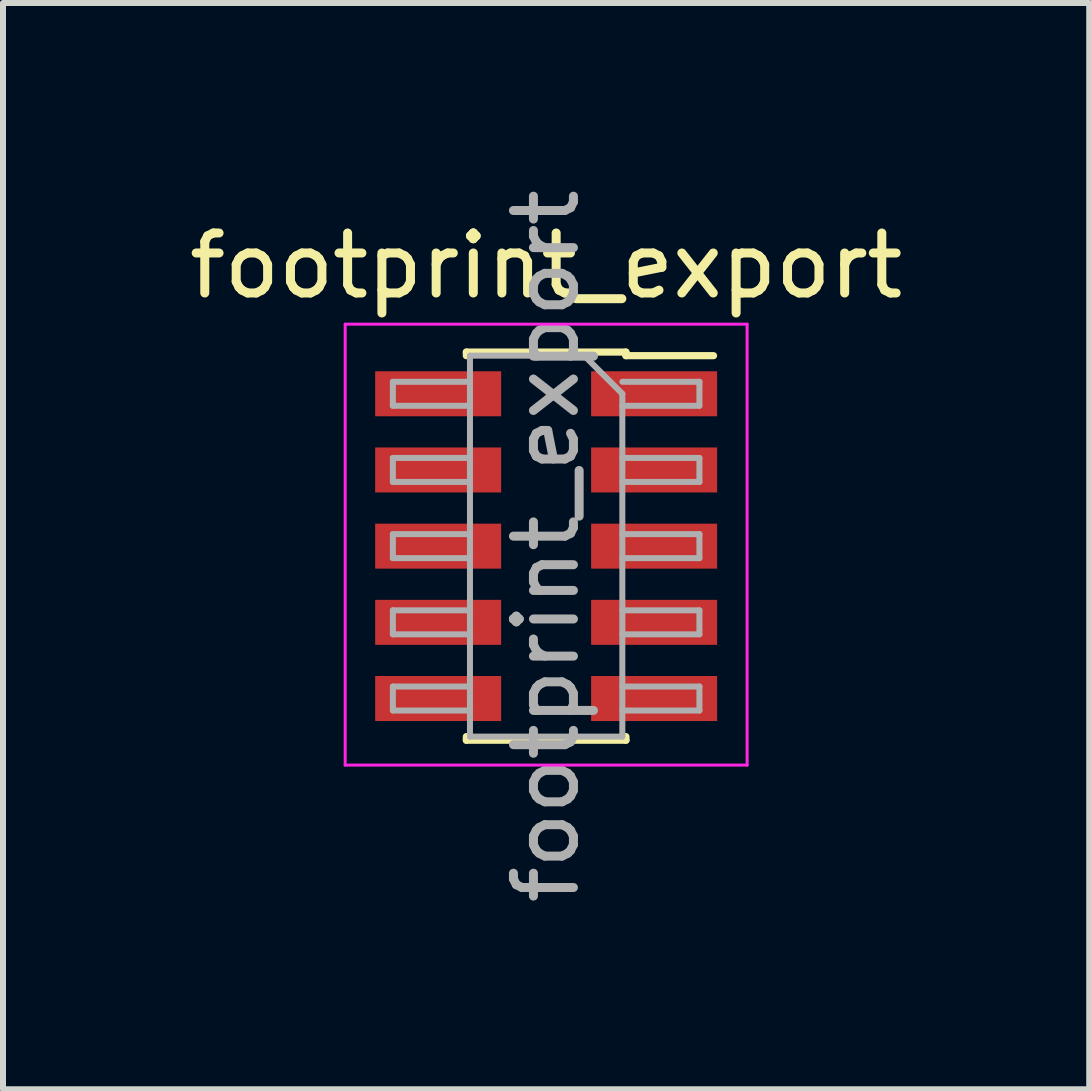
<source format=kicad_pcb>
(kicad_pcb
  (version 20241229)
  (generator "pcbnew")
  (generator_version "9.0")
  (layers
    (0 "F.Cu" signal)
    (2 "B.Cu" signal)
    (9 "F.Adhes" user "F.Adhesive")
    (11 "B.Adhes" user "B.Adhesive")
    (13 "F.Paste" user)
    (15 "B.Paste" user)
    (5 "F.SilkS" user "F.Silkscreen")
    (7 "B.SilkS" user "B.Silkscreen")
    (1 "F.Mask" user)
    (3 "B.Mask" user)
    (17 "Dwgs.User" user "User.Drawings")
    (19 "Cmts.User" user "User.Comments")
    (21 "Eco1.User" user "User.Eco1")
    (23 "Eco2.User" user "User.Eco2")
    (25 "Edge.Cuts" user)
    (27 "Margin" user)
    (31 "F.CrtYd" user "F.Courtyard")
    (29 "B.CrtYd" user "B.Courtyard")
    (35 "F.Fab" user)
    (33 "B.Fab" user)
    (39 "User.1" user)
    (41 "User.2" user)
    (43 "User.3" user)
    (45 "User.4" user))
  (footprint "footprint_export"
    (layer "F.Cu")
    (at 6.054 6.054)
    (property "Reference" "footprint_export" (at 0 -4.675 0) (layer "F.SilkS") (effects (font (size 1 1) (thickness 0.15))))
    (attr smd)
    (fp_line (start -1.33 -3.235) (end -1.33 -3.175) (stroke (width 0.12) (type solid)) (layer "F.SilkS"))
    (fp_line (start -1.33 -3.235) (end 1.33 -3.235) (stroke (width 0.12) (type solid)) (layer "F.SilkS"))
    (fp_line (start -1.33 3.175) (end -1.33 3.235) (stroke (width 0.12) (type solid)) (layer "F.SilkS"))
    (fp_line (start -1.33 3.235) (end 1.33 3.235) (stroke (width 0.12) (type solid)) (layer "F.SilkS"))
    (fp_line (start 1.33 -3.235) (end 1.33 -3.175) (stroke (width 0.12) (type solid)) (layer "F.SilkS"))
    (fp_line (start 1.33 -3.175) (end 2.79 -3.175) (stroke (width 0.12) (type solid)) (layer "F.SilkS"))
    (fp_line (start 1.33 3.175) (end 1.33 3.235) (stroke (width 0.12) (type solid)) (layer "F.SilkS"))
    (fp_line (start -3.35 -3.7) (end 3.35 -3.7) (stroke (width 0.05) (type solid)) (layer "F.CrtYd"))
    (fp_line (start -3.35 3.65) (end -3.35 -3.7) (stroke (width 0.05) (type solid)) (layer "F.CrtYd"))
    (fp_line (start 3.35 -3.7) (end 3.35 3.65) (stroke (width 0.05) (type solid)) (layer "F.CrtYd"))
    (fp_line (start 3.35 3.65) (end -3.35 3.65) (stroke (width 0.05) (type solid)) (layer "F.CrtYd"))
    (fp_line (start -2.555 -2.74) (end -1.27 -2.74) (stroke (width 0.1) (type solid)) (layer "F.Fab"))
    (fp_line (start -2.555 -2.34) (end -2.555 -2.74) (stroke (width 0.1) (type solid)) (layer "F.Fab"))
    (fp_line (start -2.555 -1.47) (end -1.27 -1.47) (stroke (width 0.1) (type solid)) (layer "F.Fab"))
    (fp_line (start -2.555 -1.07) (end -2.555 -1.47) (stroke (width 0.1) (type solid)) (layer "F.Fab"))
    (fp_line (start -2.555 -0.2) (end -1.27 -0.2) (stroke (width 0.1) (type solid)) (layer "F.Fab"))
    (fp_line (start -2.555 0.2) (end -2.555 -0.2) (stroke (width 0.1) (type solid)) (layer "F.Fab"))
    (fp_line (start -2.555 1.07) (end -1.27 1.07) (stroke (width 0.1) (type solid)) (layer "F.Fab"))
    (fp_line (start -2.555 1.47) (end -2.555 1.07) (stroke (width 0.1) (type solid)) (layer "F.Fab"))
    (fp_line (start -2.555 2.34) (end -1.27 2.34) (stroke (width 0.1) (type solid)) (layer "F.Fab"))
    (fp_line (start -2.555 2.74) (end -2.555 2.34) (stroke (width 0.1) (type solid)) (layer "F.Fab"))
    (fp_line (start -1.27 -3.175) (end 0.635 -3.175) (stroke (width 0.1) (type solid)) (layer "F.Fab"))
    (fp_line (start -1.27 -2.34) (end -2.555 -2.34) (stroke (width 0.1) (type solid)) (layer "F.Fab"))
    (fp_line (start -1.27 -1.07) (end -2.555 -1.07) (stroke (width 0.1) (type solid)) (layer "F.Fab"))
    (fp_line (start -1.27 0.2) (end -2.555 0.2) (stroke (width 0.1) (type solid)) (layer "F.Fab"))
    (fp_line (start -1.27 1.47) (end -2.555 1.47) (stroke (width 0.1) (type solid)) (layer "F.Fab"))
    (fp_line (start -1.27 2.74) (end -2.555 2.74) (stroke (width 0.1) (type solid)) (layer "F.Fab"))
    (fp_line (start -1.27 3.175) (end -1.27 -3.175) (stroke (width 0.1) (type solid)) (layer "F.Fab"))
    (fp_line (start 0.635 -3.175) (end 1.27 -2.54) (stroke (width 0.1) (type solid)) (layer "F.Fab"))
    (fp_line (start 1.27 -2.74) (end 2.555 -2.74) (stroke (width 0.1) (type solid)) (layer "F.Fab"))
    (fp_line (start 1.27 -2.54) (end 1.27 3.175) (stroke (width 0.1) (type solid)) (layer "F.Fab"))
    (fp_line (start 1.27 -1.47) (end 2.555 -1.47) (stroke (width 0.1) (type solid)) (layer "F.Fab"))
    (fp_line (start 1.27 -0.2) (end 2.555 -0.2) (stroke (width 0.1) (type solid)) (layer "F.Fab"))
    (fp_line (start 1.27 1.07) (end 2.555 1.07) (stroke (width 0.1) (type solid)) (layer "F.Fab"))
    (fp_line (start 1.27 2.34) (end 2.555 2.34) (stroke (width 0.1) (type solid)) (layer "F.Fab"))
    (fp_line (start 1.27 3.175) (end -1.27 3.175) (stroke (width 0.1) (type solid)) (layer "F.Fab"))
    (fp_line (start 2.555 -2.74) (end 2.555 -2.34) (stroke (width 0.1) (type solid)) (layer "F.Fab"))
    (fp_line (start 2.555 -2.34) (end 1.27 -2.34) (stroke (width 0.1) (type solid)) (layer "F.Fab"))
    (fp_line (start 2.555 -1.47) (end 2.555 -1.07) (stroke (width 0.1) (type solid)) (layer "F.Fab"))
    (fp_line (start 2.555 -1.07) (end 1.27 -1.07) (stroke (width 0.1) (type solid)) (layer "F.Fab"))
    (fp_line (start 2.555 -0.2) (end 2.555 0.2) (stroke (width 0.1) (type solid)) (layer "F.Fab"))
    (fp_line (start 2.555 0.2) (end 1.27 0.2) (stroke (width 0.1) (type solid)) (layer "F.Fab"))
    (fp_line (start 2.555 1.07) (end 2.555 1.47) (stroke (width 0.1) (type solid)) (layer "F.Fab"))
    (fp_line (start 2.555 1.47) (end 1.27 1.47) (stroke (width 0.1) (type solid)) (layer "F.Fab"))
    (fp_line (start 2.555 2.34) (end 2.555 2.74) (stroke (width 0.1) (type solid)) (layer "F.Fab"))
    (fp_line (start 2.555 2.74) (end 1.27 2.74) (stroke (width 0.1) (type solid)) (layer "F.Fab"))
    (fp_text user "${REFERENCE}" (at 0 0 90) (layer "F.Fab") (effects (font (size 1 1) (thickness 0.15))))
    (pad "1" smd rect (at 1.8 -2.54) (size 2.1 0.75) (layers "F.Cu" "F.Mask" "F.Paste"))
    (pad "2" smd rect (at -1.8 -2.54) (size 2.1 0.75) (layers "F.Cu" "F.Mask" "F.Paste"))
    (pad "3" smd rect (at 1.8 -1.27) (size 2.1 0.75) (layers "F.Cu" "F.Mask" "F.Paste"))
    (pad "4" smd rect (at -1.8 -1.27) (size 2.1 0.75) (layers "F.Cu" "F.Mask" "F.Paste"))
    (pad "5" smd rect (at 1.8 0) (size 2.1 0.75) (layers "F.Cu" "F.Mask" "F.Paste"))
    (pad "6" smd rect (at -1.8 0) (size 2.1 0.75) (layers "F.Cu" "F.Mask" "F.Paste"))
    (pad "7" smd rect (at 1.8 1.27) (size 2.1 0.75) (layers "F.Cu" "F.Mask" "F.Paste"))
    (pad "8" smd rect (at -1.8 1.27) (size 2.1 0.75) (layers "F.Cu" "F.Mask" "F.Paste"))
    (pad "9" smd rect (at 1.8 2.54) (size 2.1 0.75) (layers "F.Cu" "F.Mask" "F.Paste"))
    (pad "10" smd rect (at -1.8 2.54) (size 2.1 0.75) (layers "F.Cu" "F.Mask" "F.Paste")))
  (gr_rect
    (start -3 -3)
    (end 15.107 15.107)
    (stroke (width 0.1) (type default))
    (fill no)
    (layer "Edge.Cuts")))
</source>
